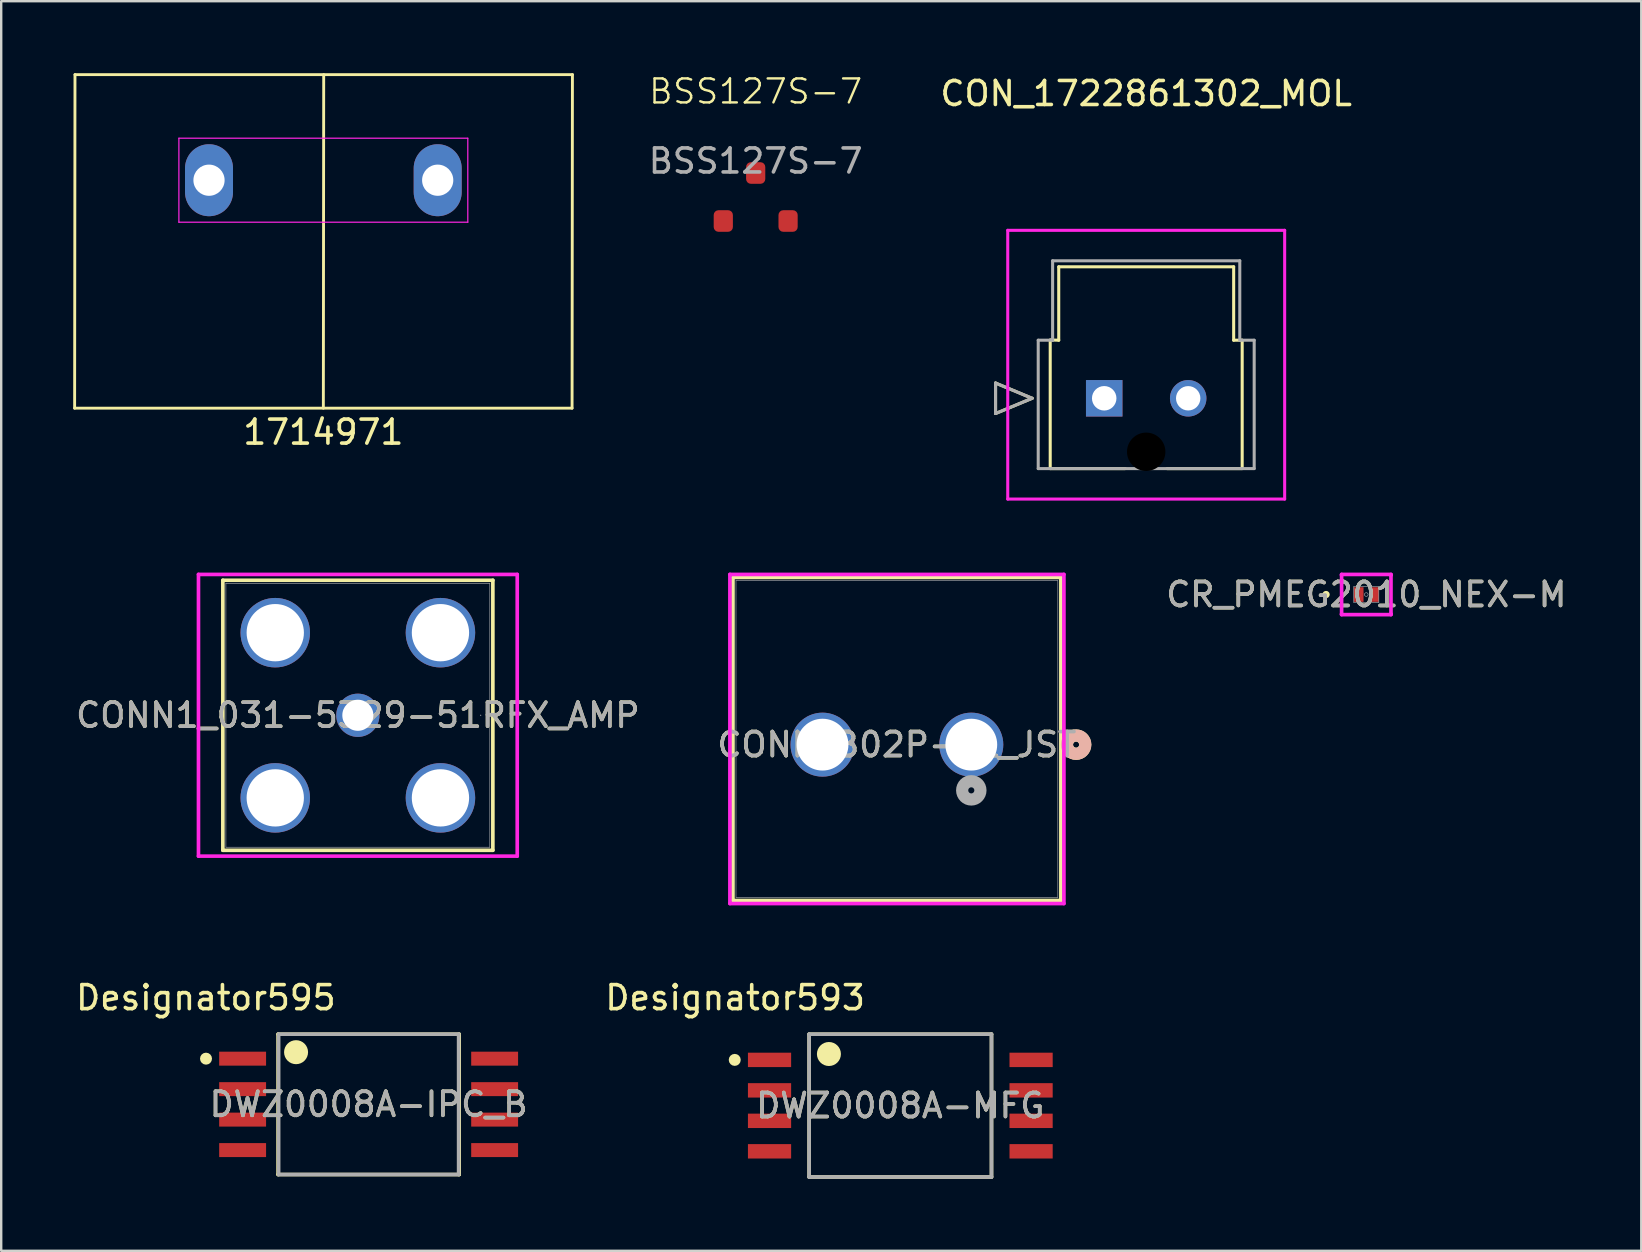
<source format=kicad_pcb>
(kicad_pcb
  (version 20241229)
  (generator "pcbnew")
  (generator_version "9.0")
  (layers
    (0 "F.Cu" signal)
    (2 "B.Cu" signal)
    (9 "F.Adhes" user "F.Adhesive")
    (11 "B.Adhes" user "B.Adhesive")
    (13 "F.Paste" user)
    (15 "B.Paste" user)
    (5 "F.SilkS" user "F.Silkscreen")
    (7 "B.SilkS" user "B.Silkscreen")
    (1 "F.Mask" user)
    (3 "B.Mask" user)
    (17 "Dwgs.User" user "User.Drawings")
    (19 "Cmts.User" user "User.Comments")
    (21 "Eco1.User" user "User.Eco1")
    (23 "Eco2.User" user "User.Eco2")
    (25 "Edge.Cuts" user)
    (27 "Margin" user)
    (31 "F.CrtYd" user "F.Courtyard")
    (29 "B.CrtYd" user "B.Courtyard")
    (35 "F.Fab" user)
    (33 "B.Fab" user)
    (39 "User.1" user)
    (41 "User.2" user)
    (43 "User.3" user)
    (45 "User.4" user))
  (footprint "CONN_B02P-VL_JST"
    (layer "F.Cu")
    (at 37.427 27.982)
    (property "Reference" "CONN_B02P-VL_JST" (at -3.1 0 0) (unlocked yes) (layer "F.SilkS") (effects (font (size 1 1) (thickness 0.15))))
    (attr through_hole)
    (fp_line (start -9.933 -6.967) (end -9.933 6.495) (stroke (width 0.152) (type solid)) (layer "F.SilkS"))
    (fp_line (start -9.933 6.495) (end 3.733 6.495) (stroke (width 0.152) (type solid)) (layer "F.SilkS"))
    (fp_line (start 3.733 -6.967) (end -9.933 -6.967) (stroke (width 0.152) (type solid)) (layer "F.SilkS"))
    (fp_line (start 3.733 6.495) (end 3.733 -6.967) (stroke (width 0.152) (type solid)) (layer "F.SilkS"))
    (fp_circle (center 4.368 0) (end 4.749 0) (stroke (width 0.508) (type solid)) (fill no) (layer "F.SilkS"))
    (fp_circle (center 4.368 0) (end 4.749 0) (stroke (width 0.508) (type solid)) (fill no) (layer "B.SilkS"))
    (fp_line (start -10.06 -7.094) (end -10.06 6.622) (stroke (width 0.152) (type solid)) (layer "F.CrtYd"))
    (fp_line (start -10.06 6.622) (end 3.86 6.622) (stroke (width 0.152) (type solid)) (layer "F.CrtYd"))
    (fp_line (start 3.86 -7.094) (end -10.06 -7.094) (stroke (width 0.152) (type solid)) (layer "F.CrtYd"))
    (fp_line (start 3.86 6.622) (end 3.86 -7.094) (stroke (width 0.152) (type solid)) (layer "F.CrtYd"))
    (fp_line (start -9.806 -6.84) (end -9.806 6.368) (stroke (width 0.025) (type solid)) (layer "F.Fab"))
    (fp_line (start -9.806 6.368) (end 3.606 6.368) (stroke (width 0.025) (type solid)) (layer "F.Fab"))
    (fp_line (start 3.606 -6.84) (end -9.806 -6.84) (stroke (width 0.025) (type solid)) (layer "F.Fab"))
    (fp_line (start 3.606 6.368) (end 3.606 -6.84) (stroke (width 0.025) (type solid)) (layer "F.Fab"))
    (fp_circle (center 0 1.905) (end 0.381 1.905) (stroke (width 0.508) (type solid)) (fill no) (layer "F.Fab"))
    (fp_text user "${REFERENCE}" (at -3.1 0 0) (unlocked yes) (layer "F.Fab") (effects (font (size 1 1) (thickness 0.15))))
    (pad "1" thru_hole circle (at 0 0) (size 2.667 2.667) (drill 2.159) (layers "*.Cu" "*.Mask"))
    (pad "2" thru_hole circle (at -6.2 0) (size 2.667 2.667) (drill 2.159) (layers "*.Cu" "*.Mask")))
  (footprint "BSS127S-7"
    (layer "F.Cu")
    (at 28.442 6.16)
    (property "Reference" "BSS127S-7" (at 0 -5.4 0) (unlocked yes) (layer "F.SilkS") (effects (font (size 1 1) (thickness 0.1))))
    (attr smd)
    (fp_rect (start -2.2 -2.8) (end 2.2 1) (stroke (width 0.05) (type default)) (fill no) (layer "Margin"))
    (fp_text user "${REFERENCE}" (at 0 -2.5 0) (unlocked yes) (layer "F.Fab") (effects (font (size 1 1) (thickness 0.15))))
    (pad "1" smd roundrect (at -1.35 0) (size 0.8 0.9) (layers "F.Cu" "F.Mask" "F.Paste") (roundrect_rratio 0.25))
    (pad "2" smd roundrect (at 1.35 0) (size 0.8 0.9) (layers "F.Cu" "F.Mask" "F.Paste") (roundrect_rratio 0.25))
    (pad "3" smd roundrect (at 0 -2) (size 0.8 0.9) (layers "F.Cu" "F.Mask" "F.Paste") (roundrect_rratio 0.25)))
  (footprint "CON_1722861302_MOL"
    (layer "F.Cu")
    (at 42.966 13.548)
    (property "Reference" "CON_1722861302_MOL" (at 1.75 -12.7 0) (unlocked yes) (layer "F.SilkS") (effects (font (size 1 1) (thickness 0.15))))
    (attr through_hole)
    (fp_line (start -4.528 -0.635) (end -4.528 0.635) (stroke (width 0.127) (type solid)) (layer "F.SilkS"))
    (fp_line (start -4.528 0.635) (end -3.004 0) (stroke (width 0.127) (type solid)) (layer "F.SilkS"))
    (fp_line (start -3.004 0) (end -4.528 -0.635) (stroke (width 0.127) (type solid)) (layer "F.SilkS"))
    (fp_line (start -2.25 -2.431) (end -1.895 -2.42) (stroke (width 0.127) (type solid)) (layer "F.SilkS"))
    (fp_line (start -2.25 2.93) (end -2.25 -2.42) (stroke (width 0.127) (type solid)) (layer "F.SilkS"))
    (fp_line (start -1.895 -5.48) (end 5.395 -5.48) (stroke (width 0.127) (type solid)) (layer "F.SilkS"))
    (fp_line (start -1.895 -2.42) (end -1.895 -5.48) (stroke (width 0.127) (type solid)) (layer "F.SilkS"))
    (fp_line (start 0.876 2.93) (end -2.25 2.93) (stroke (width 0.127) (type solid)) (layer "F.SilkS"))
    (fp_line (start 5.395 -5.48) (end 5.395 -2.42) (stroke (width 0.127) (type solid)) (layer "F.SilkS"))
    (fp_line (start 5.395 -2.42) (end 5.75 -2.42) (stroke (width 0.127) (type solid)) (layer "F.SilkS"))
    (fp_line (start 5.75 -2.42) (end 5.75 2.93) (stroke (width 0.127) (type solid)) (layer "F.SilkS"))
    (fp_line (start 5.75 2.93) (end 2.624 2.93) (stroke (width 0.127) (type solid)) (layer "F.SilkS"))
    (fp_line (start -4.02 -7) (end -4.02 4.2) (stroke (width 0.127) (type solid)) (layer "F.CrtYd"))
    (fp_line (start -4.02 4.2) (end 7.52 4.2) (stroke (width 0.127) (type solid)) (layer "F.CrtYd"))
    (fp_line (start 7.52 -7) (end -4.02 -7) (stroke (width 0.127) (type solid)) (layer "F.CrtYd"))
    (fp_line (start 7.52 4.2) (end 7.52 -7) (stroke (width 0.127) (type solid)) (layer "F.CrtYd"))
    (fp_line (start -4.528 -0.635) (end -4.528 0.635) (stroke (width 0.127) (type solid)) (layer "F.Fab"))
    (fp_line (start -4.528 0.635) (end -3.004 0) (stroke (width 0.127) (type solid)) (layer "F.Fab"))
    (fp_line (start -3.004 0) (end -4.528 -0.635) (stroke (width 0.127) (type solid)) (layer "F.Fab"))
    (fp_line (start -2.75 -2.42) (end -2.15 -2.42) (stroke (width 0.127) (type solid)) (layer "F.Fab"))
    (fp_line (start -2.75 2.93) (end -2.75 -2.42) (stroke (width 0.127) (type solid)) (layer "F.Fab"))
    (fp_line (start -2.15 -5.73) (end 5.65 -5.73) (stroke (width 0.127) (type solid)) (layer "F.Fab"))
    (fp_line (start -2.15 -2.42) (end -2.15 -5.73) (stroke (width 0.127) (type solid)) (layer "F.Fab"))
    (fp_line (start 5.65 -5.73) (end 5.65 -2.42) (stroke (width 0.127) (type solid)) (layer "F.Fab"))
    (fp_line (start 5.65 -2.42) (end 6.25 -2.42) (stroke (width 0.127) (type solid)) (layer "F.Fab"))
    (fp_line (start 6.25 -2.42) (end 6.25 2.93) (stroke (width 0.127) (type solid)) (layer "F.Fab"))
    (fp_line (start 6.25 2.93) (end -2.75 2.93) (stroke (width 0.127) (type solid)) (layer "F.Fab"))
    (pad "" np_thru_hole circle (at 1.75 2.23) (size 1.6 1.6) (drill 1.6) (layers))
    (pad "1" thru_hole rect (at 0 0) (size 1.52 1.52) (drill 1.02) (layers "*.Cu" "*.Mask"))
    (pad "2" thru_hole circle (at 3.5 0) (size 1.52 1.52) (drill 1.016) (layers "*.Cu" "*.Mask")))
  (footprint "1714971"
    (layer "F.Cu")
    (at 10.425 4.46)
    (property "Reference" "1714971" (at 0 10.5 0) (layer "F.SilkS") (effects (font (size 1 1) (thickness 0.15))))
    (attr through_hole)
    (fp_line (start -10.365 9.5) (end -10.35 -4.4) (stroke (width 0.12) (type default)) (layer "F.SilkS"))
    (fp_line (start -10.35 -4.4) (end 10.38 -4.4) (stroke (width 0.12) (type default)) (layer "F.SilkS"))
    (fp_line (start 0.015 -4.4) (end 0 9.5) (stroke (width 0.12) (type default)) (layer "F.SilkS"))
    (fp_line (start 10.365 9.5) (end -10.365 9.5) (stroke (width 0.12) (type default)) (layer "F.SilkS"))
    (fp_line (start 10.38 -4.4) (end 10.365 9.5) (stroke (width 0.12) (type default)) (layer "F.SilkS"))
    (fp_line (start -6.02 -1.75) (end 6.02 -1.75) (stroke (width 0.05) (type default)) (layer "F.CrtYd"))
    (fp_line (start -6.02 1.75) (end -6.02 -1.75) (stroke (width 0.05) (type default)) (layer "F.CrtYd"))
    (fp_line (start 6.02 -1.75) (end 6.02 1.75) (stroke (width 0.05) (type default)) (layer "F.CrtYd"))
    (fp_line (start 6.02 1.75) (end -6.02 1.75) (stroke (width 0.05) (type default)) (layer "F.CrtYd"))
    (pad "1" thru_hole oval (at -4.765 0) (size 2 3) (drill 1.3) (layers "*.Cu" "*.Mask"))
    (pad "2" thru_hole oval (at 4.765 0) (size 2 3) (drill 1.3) (layers "*.Cu" "*.Mask")))
  (footprint "CONN1_031-5329-51RFX_AMP"
    (layer "F.Cu")
    (at 11.863 26.758)
    (property "Reference" "CONN1_031-5329-51RFX_AMP" (at 0 0 0) (unlocked yes) (layer "F.SilkS") (effects (font (size 1 1) (thickness 0.15))))
    (attr through_hole)
    (fp_line (start -5.626 -5.626) (end -5.626 5.626) (stroke (width 0.152) (type solid)) (layer "F.SilkS"))
    (fp_line (start -5.626 5.626) (end 5.626 5.626) (stroke (width 0.152) (type solid)) (layer "F.SilkS"))
    (fp_line (start 5.626 -5.626) (end -5.626 -5.626) (stroke (width 0.152) (type solid)) (layer "F.SilkS"))
    (fp_line (start 5.626 5.626) (end 5.626 -5.626) (stroke (width 0.152) (type solid)) (layer "F.SilkS"))
    (fp_line (start -6.642 -5.87) (end 6.642 -5.87) (stroke (width 0.152) (type solid)) (layer "F.CrtYd"))
    (fp_line (start -6.642 5.87) (end -6.642 -5.87) (stroke (width 0.152) (type solid)) (layer "F.CrtYd"))
    (fp_line (start 6.642 -5.87) (end 6.642 5.87) (stroke (width 0.152) (type solid)) (layer "F.CrtYd"))
    (fp_line (start 6.642 5.87) (end -6.642 5.87) (stroke (width 0.152) (type solid)) (layer "F.CrtYd"))
    (fp_line (start -5.499 -5.499) (end -5.499 5.499) (stroke (width 0.025) (type solid)) (layer "F.Fab"))
    (fp_line (start -5.499 5.499) (end 5.499 5.499) (stroke (width 0.025) (type solid)) (layer "F.Fab"))
    (fp_line (start 5.499 -5.499) (end -5.499 -5.499) (stroke (width 0.025) (type solid)) (layer "F.Fab"))
    (fp_line (start 5.499 5.499) (end 5.499 -5.499) (stroke (width 0.025) (type solid)) (layer "F.Fab"))
    (fp_circle (center 5.118 0) (end 5.118 0) (stroke (width 0.025) (type solid)) (fill no) (layer "F.Fab"))
    (fp_text user "${REFERENCE}" (at 0 0 0) (unlocked yes) (layer "F.Fab") (effects (font (size 1 1) (thickness 0.15))))
    (pad "1" thru_hole circle (at 0 0) (size 1.803 1.803) (drill 1.295) (layers "*.Cu" "*.Mask"))
    (pad "2" thru_hole circle (at -3.442 -3.442) (size 2.896 2.896) (drill 2.388) (layers "*.Cu" "*.Mask"))
    (pad "3" thru_hole circle (at -3.442 3.442) (size 2.896 2.896) (drill 2.388) (layers "*.Cu" "*.Mask"))
    (pad "4" thru_hole circle (at 3.442 3.442) (size 2.896 2.896) (drill 2.388) (layers "*.Cu" "*.Mask"))
    (pad "5" thru_hole circle (at 3.442 -3.442) (size 2.896 2.896) (drill 2.388) (layers "*.Cu" "*.Mask")))
  (footprint "DWZ0008A-IPC_B"
    (layer "F.Cu")
    (at 12.312 42.973)
    (property "Reference" "DWZ0008A-IPC_B" (at 0 0 0) (unlocked yes) (layer "F.SilkS") (effects (font (size 1 1) (thickness 0.15))))
    (attr smd)
    (fp_line (start -3.774 -2.925) (end 3.774 -2.925) (stroke (width 0.15) (type solid)) (layer "F.SilkS"))
    (fp_line (start -3.774 2.925) (end -3.774 -2.925) (stroke (width 0.15) (type solid)) (layer "F.SilkS"))
    (fp_line (start -3.774 2.925) (end 3.774 2.925) (stroke (width 0.15) (type solid)) (layer "F.SilkS"))
    (fp_line (start 3.774 2.925) (end 3.774 -2.925) (stroke (width 0.15) (type solid)) (layer "F.SilkS"))
    (fp_circle (center -6.777 -1.905) (end -6.652 -1.905) (stroke (width 0.25) (type solid)) (fill no) (layer "F.SilkS"))
    (fp_circle (center -3.024 -2.175) (end -2.774 -2.175) (stroke (width 0.5) (type solid)) (fill no) (layer "F.SilkS"))
    (fp_line (start -3.75 -2.925) (end 3.75 -2.925) (stroke (width 0.15) (type solid)) (layer "F.Fab"))
    (fp_line (start -3.75 2.925) (end -3.75 -2.925) (stroke (width 0.15) (type solid)) (layer "F.Fab"))
    (fp_line (start -3.75 2.925) (end 3.75 2.925) (stroke (width 0.15) (type solid)) (layer "F.Fab"))
    (fp_line (start 3.75 2.925) (end 3.75 -2.925) (stroke (width 0.15) (type solid)) (layer "F.Fab"))
    (fp_text user "Designator595" (at -6.782 -4.445 0) (unlocked yes) (layer "F.SilkS") (effects (font (size 1 1) (thickness 0.15))))
    (fp_text user "${REFERENCE}" (at 0 0 0) (unlocked yes) (layer "F.Fab") (effects (font (size 1 1) (thickness 0.15))))
    (pad "1" smd rect (at -5.251 -1.905) (size 1.954 0.582) (layers "F.Cu" "F.Mask" "F.Paste"))
    (pad "2" smd rect (at -5.251 -0.635) (size 1.954 0.582) (layers "F.Cu" "F.Mask" "F.Paste"))
    (pad "3" smd rect (at -5.251 0.635) (size 1.954 0.582) (layers "F.Cu" "F.Mask" "F.Paste"))
    (pad "4" smd rect (at -5.251 1.905) (size 1.954 0.582) (layers "F.Cu" "F.Mask" "F.Paste"))
    (pad "5" smd rect (at 5.251 1.905) (size 1.954 0.582) (layers "F.Cu" "F.Mask" "F.Paste"))
    (pad "6" smd rect (at 5.251 0.635) (size 1.954 0.582) (layers "F.Cu" "F.Mask" "F.Paste"))
    (pad "7" smd rect (at 5.251 -0.635) (size 1.954 0.582) (layers "F.Cu" "F.Mask" "F.Paste"))
    (pad "8" smd rect (at 5.251 -1.905) (size 1.954 0.582) (layers "F.Cu" "F.Mask" "F.Paste")))
  (footprint "CR_PMEG2010_NEX-M"
    (layer "F.Cu")
    (at 53.888 21.726)
    (property "Reference" "CR_PMEG2010_NEX-M" (at 0 0 0) (unlocked yes) (layer "F.SilkS") (effects (font (size 1 1) (thickness 0.15))))
    (attr smd)
    (fp_circle (center -1.676 0) (end -1.6 0) (stroke (width 0.152) (type solid)) (fill no) (layer "F.SilkS"))
    (fp_line (start -1.029 -0.838) (end 1.029 -0.838) (stroke (width 0.152) (type solid)) (layer "F.CrtYd"))
    (fp_line (start -1.029 -0.813) (end -1.029 -0.838) (stroke (width 0.152) (type solid)) (layer "F.CrtYd"))
    (fp_line (start -1.029 -0.813) (end -1.029 -0.813) (stroke (width 0.152) (type solid)) (layer "F.CrtYd"))
    (fp_line (start -1.029 0.813) (end -1.029 -0.813) (stroke (width 0.152) (type solid)) (layer "F.CrtYd"))
    (fp_line (start -1.029 0.813) (end -1.029 0.813) (stroke (width 0.152) (type solid)) (layer "F.CrtYd"))
    (fp_line (start -1.029 0.838) (end -1.029 0.813) (stroke (width 0.152) (type solid)) (layer "F.CrtYd"))
    (fp_line (start 1.029 -0.838) (end 1.029 -0.813) (stroke (width 0.152) (type solid)) (layer "F.CrtYd"))
    (fp_line (start 1.029 -0.813) (end 1.029 -0.813) (stroke (width 0.152) (type solid)) (layer "F.CrtYd"))
    (fp_line (start 1.029 -0.813) (end 1.029 0.813) (stroke (width 0.152) (type solid)) (layer "F.CrtYd"))
    (fp_line (start 1.029 0.813) (end 1.029 0.813) (stroke (width 0.152) (type solid)) (layer "F.CrtYd"))
    (fp_line (start 1.029 0.813) (end 1.029 0.838) (stroke (width 0.152) (type solid)) (layer "F.CrtYd"))
    (fp_line (start 1.029 0.838) (end -1.029 0.838) (stroke (width 0.152) (type solid)) (layer "F.CrtYd"))
    (fp_line (start -0.521 -0.33) (end -0.521 0.33) (stroke (width 0.025) (type solid)) (layer "F.Fab"))
    (fp_line (start -0.521 0.33) (end 0.521 0.33) (stroke (width 0.025) (type solid)) (layer "F.Fab"))
    (fp_line (start 0.521 -0.33) (end -0.521 -0.33) (stroke (width 0.025) (type solid)) (layer "F.Fab"))
    (fp_line (start 0.521 0.33) (end 0.521 -0.33) (stroke (width 0.025) (type solid)) (layer "F.Fab"))
    (fp_circle (center 0 0) (end 0.076 0) (stroke (width 0.025) (type solid)) (fill no) (layer "F.Fab"))
    (fp_text user "${REFERENCE}" (at 0 0 0) (unlocked yes) (layer "F.Fab") (effects (font (size 1 1) (thickness 0.15))))
    (pad "1" smd rect (at -0.318 0) (size 0.406 0.61) (layers "F.Cu" "F.Mask" "F.Paste"))
    (pad "2" smd rect (at 0.318 0) (size 0.406 0.61) (layers "F.Cu" "F.Mask" "F.Paste")))
  (footprint "DWZ0008A-MFG"
    (layer "F.Cu")
    (at 34.469 43.024)
    (property "Reference" "DWZ0008A-MFG" (at 0 0 0) (unlocked yes) (layer "F.SilkS") (effects (font (size 1 1) (thickness 0.15))))
    (attr smd)
    (fp_line (start -3.8 -2.975) (end 3.8 -2.975) (stroke (width 0.15) (type solid)) (layer "F.SilkS"))
    (fp_line (start -3.8 2.975) (end -3.8 -2.975) (stroke (width 0.15) (type solid)) (layer "F.SilkS"))
    (fp_line (start -3.8 2.975) (end 3.8 2.975) (stroke (width 0.15) (type solid)) (layer "F.SilkS"))
    (fp_line (start 3.8 2.975) (end 3.8 -2.975) (stroke (width 0.15) (type solid)) (layer "F.SilkS"))
    (fp_circle (center -6.9 -1.905) (end -6.775 -1.905) (stroke (width 0.25) (type solid)) (fill no) (layer "F.SilkS"))
    (fp_circle (center -2.975 -2.15) (end -2.725 -2.15) (stroke (width 0.5) (type solid)) (fill no) (layer "F.SilkS"))
    (fp_line (start -3.8 -2.975) (end 3.8 -2.975) (stroke (width 0.15) (type solid)) (layer "F.Fab"))
    (fp_line (start -3.8 2.975) (end -3.8 -2.975) (stroke (width 0.15) (type solid)) (layer "F.Fab"))
    (fp_line (start -3.8 2.975) (end 3.8 2.975) (stroke (width 0.15) (type solid)) (layer "F.Fab"))
    (fp_line (start 3.8 2.975) (end 3.8 -2.975) (stroke (width 0.15) (type solid)) (layer "F.Fab"))
    (fp_text user "Designator593" (at -6.883 -4.496 0) (unlocked yes) (layer "F.SilkS") (effects (font (size 1 1) (thickness 0.15))))
    (fp_text user "${REFERENCE}" (at 0 0 0) (unlocked yes) (layer "F.Fab") (effects (font (size 1 1) (thickness 0.15))))
    (pad "1" smd rect (at -5.45 -1.905) (size 1.8 0.6) (layers "F.Cu" "F.Mask" "F.Paste"))
    (pad "2" smd rect (at -5.45 -0.635) (size 1.8 0.6) (layers "F.Cu" "F.Mask" "F.Paste"))
    (pad "3" smd rect (at -5.45 0.635) (size 1.8 0.6) (layers "F.Cu" "F.Mask" "F.Paste"))
    (pad "4" smd rect (at -5.45 1.905) (size 1.8 0.6) (layers "F.Cu" "F.Mask" "F.Paste"))
    (pad "5" smd rect (at 5.45 1.905) (size 1.8 0.6) (layers "F.Cu" "F.Mask" "F.Paste"))
    (pad "6" smd rect (at 5.45 0.635) (size 1.8 0.6) (layers "F.Cu" "F.Mask" "F.Paste"))
    (pad "7" smd rect (at 5.45 -0.635) (size 1.8 0.6) (layers "F.Cu" "F.Mask" "F.Paste"))
    (pad "8" smd rect (at 5.45 -1.905) (size 1.8 0.6) (layers "F.Cu" "F.Mask" "F.Paste")))
  (gr_rect
    (start -3 -3)
    (end 65.347 49.074)
    (stroke (width 0.1) (type default))
    (fill no)
    (layer "Edge.Cuts")))
</source>
